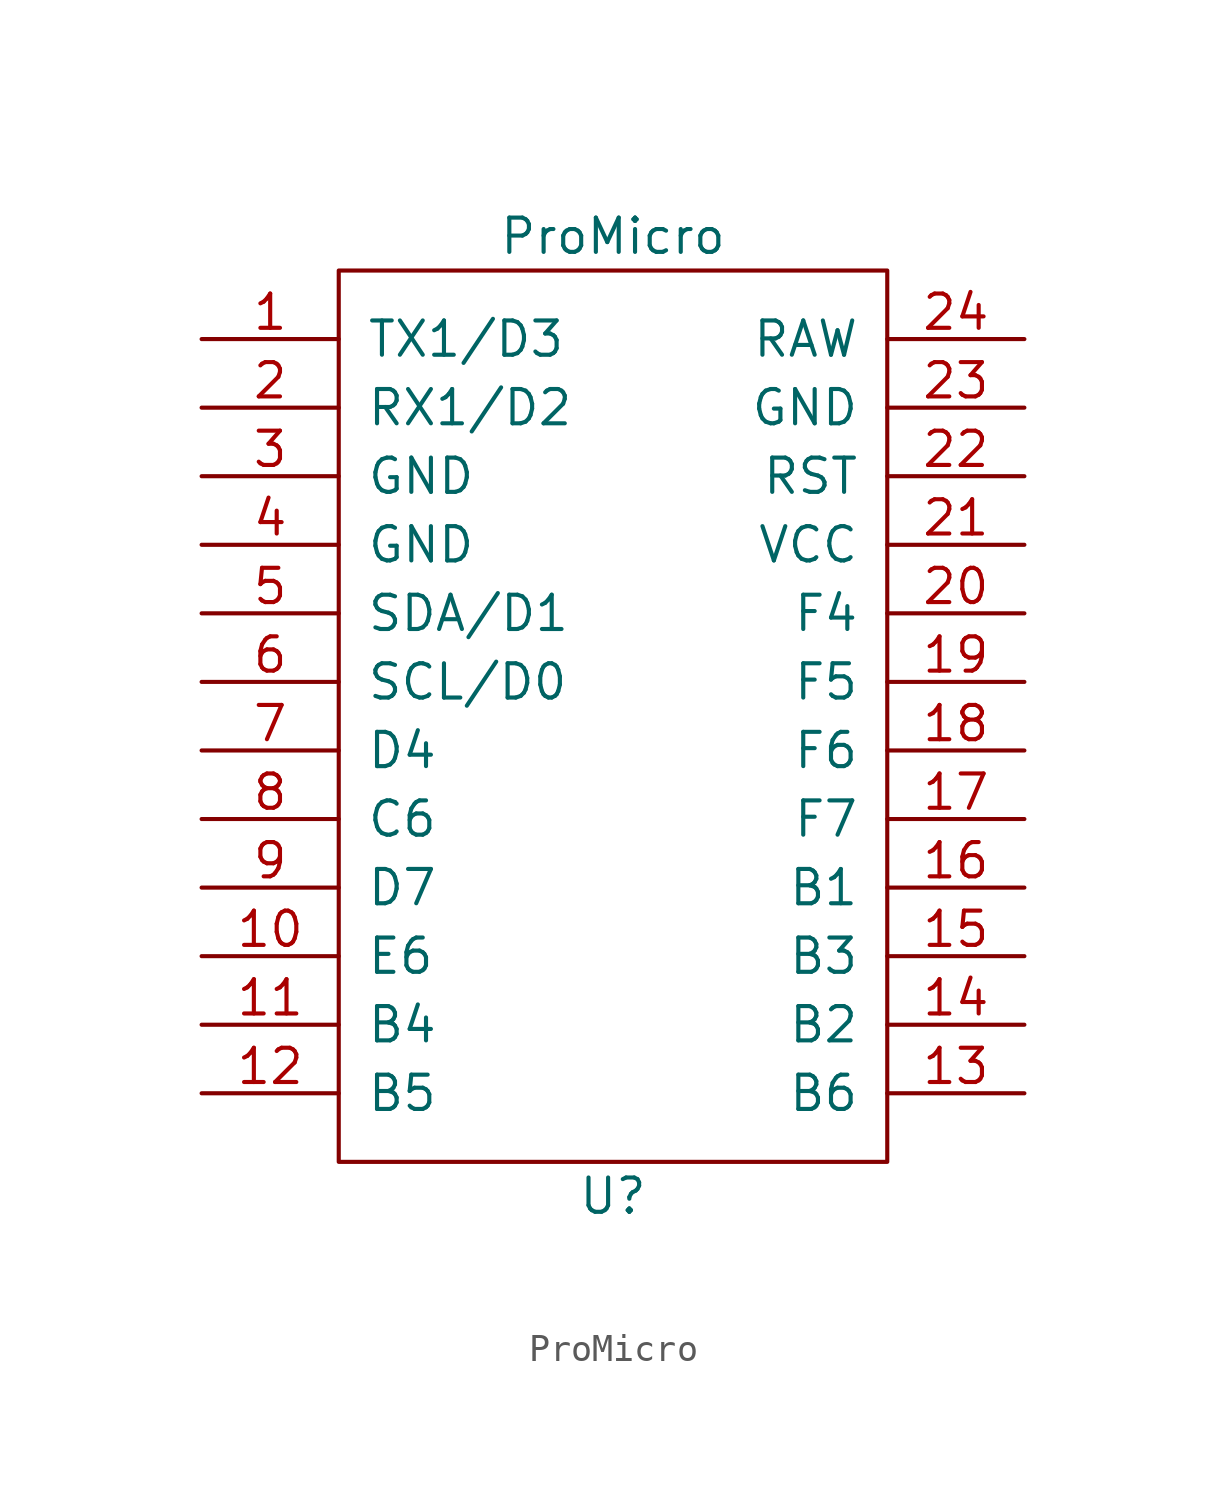
<source format=kicad_sym>
(kicad_symbol_lib
  (version 20211014)
  (generator kicad_symbol_editor)
  (symbol "ProMicro"
    (pin_names
      (offset 1.016))
    (property "Reference" "U"
      (at 0 -16.51 0)
      (effects (font (size 1.27 1.27))))
    (property "Value" "ProMicro"
      (at 0 19.05 0)
      (effects (font (size 1.27 1.27))))
    (symbol "ProMicro_0_1"
      (rectangle (start -10.16 17.78) (end 10.16 -15.24) (stroke (width 0) (type default) (color 0 0 0 0)) (fill (type none))))
    (symbol "ProMicro_1_1"
      (pin bidirectional line (at -15.24 15.24 0) (length 5.08) (name "TX1/D3" (effects (font (size 1.27 1.27)))) (number "1" (effects (font (size 1.27 1.27)))))
      (pin bidirectional line (at -15.24 -7.62 0) (length 5.08) (name "E6" (effects (font (size 1.27 1.27)))) (number "10" (effects (font (size 1.27 1.27)))))
      (pin bidirectional line (at -15.24 -10.16 0) (length 5.08) (name "B4" (effects (font (size 1.27 1.27)))) (number "11" (effects (font (size 1.27 1.27)))))
      (pin bidirectional line (at -15.24 -12.7 0) (length 5.08) (name "B5" (effects (font (size 1.27 1.27)))) (number "12" (effects (font (size 1.27 1.27)))))
      (pin bidirectional line (at 15.24 -12.7 180) (length 5.08) (name "B6" (effects (font (size 1.27 1.27)))) (number "13" (effects (font (size 1.27 1.27)))))
      (pin bidirectional line (at 15.24 -10.16 180) (length 5.08) (name "B2" (effects (font (size 1.27 1.27)))) (number "14" (effects (font (size 1.27 1.27)))))
      (pin bidirectional line (at 15.24 -7.62 180) (length 5.08) (name "B3" (effects (font (size 1.27 1.27)))) (number "15" (effects (font (size 1.27 1.27)))))
      (pin bidirectional line (at 15.24 -5.08 180) (length 5.08) (name "B1" (effects (font (size 1.27 1.27)))) (number "16" (effects (font (size 1.27 1.27)))))
      (pin bidirectional line (at 15.24 -2.54 180) (length 5.08) (name "F7" (effects (font (size 1.27 1.27)))) (number "17" (effects (font (size 1.27 1.27)))))
      (pin bidirectional line (at 15.24 0 180) (length 5.08) (name "F6" (effects (font (size 1.27 1.27)))) (number "18" (effects (font (size 1.27 1.27)))))
      (pin bidirectional line (at 15.24 2.54 180) (length 5.08) (name "F5" (effects (font (size 1.27 1.27)))) (number "19" (effects (font (size 1.27 1.27)))))
      (pin bidirectional line (at -15.24 12.7 0) (length 5.08) (name "RX1/D2" (effects (font (size 1.27 1.27)))) (number "2" (effects (font (size 1.27 1.27)))))
      (pin bidirectional line (at 15.24 5.08 180) (length 5.08) (name "F4" (effects (font (size 1.27 1.27)))) (number "20" (effects (font (size 1.27 1.27)))))
      (pin power_in line (at 15.24 7.62 180) (length 5.08) (name "VCC" (effects (font (size 1.27 1.27)))) (number "21" (effects (font (size 1.27 1.27)))))
      (pin input line (at 15.24 10.16 180) (length 5.08) (name "RST" (effects (font (size 1.27 1.27)))) (number "22" (effects (font (size 1.27 1.27)))))
      (pin power_in line (at 15.24 12.7 180) (length 5.08) (name "GND" (effects (font (size 1.27 1.27)))) (number "23" (effects (font (size 1.27 1.27)))))
      (pin power_out line (at 15.24 15.24 180) (length 5.08) (name "RAW" (effects (font (size 1.27 1.27)))) (number "24" (effects (font (size 1.27 1.27)))))
      (pin power_in line (at -15.24 10.16 0) (length 5.08) (name "GND" (effects (font (size 1.27 1.27)))) (number "3" (effects (font (size 1.27 1.27)))))
      (pin power_in line (at -15.24 7.62 0) (length 5.08) (name "GND" (effects (font (size 1.27 1.27)))) (number "4" (effects (font (size 1.27 1.27)))))
      (pin bidirectional line (at -15.24 5.08 0) (length 5.08) (name "SDA/D1" (effects (font (size 1.27 1.27)))) (number "5" (effects (font (size 1.27 1.27)))))
      (pin bidirectional line (at -15.24 2.54 0) (length 5.08) (name "SCL/D0" (effects (font (size 1.27 1.27)))) (number "6" (effects (font (size 1.27 1.27)))))
      (pin bidirectional line (at -15.24 0 0) (length 5.08) (name "D4" (effects (font (size 1.27 1.27)))) (number "7" (effects (font (size 1.27 1.27)))))
      (pin bidirectional line (at -15.24 -2.54 0) (length 5.08) (name "C6" (effects (font (size 1.27 1.27)))) (number "8" (effects (font (size 1.27 1.27)))))
      (pin bidirectional line (at -15.24 -5.08 0) (length 5.08) (name "D7" (effects (font (size 1.27 1.27)))) (number "9" (effects (font (size 1.27 1.27))))))))
</source>
